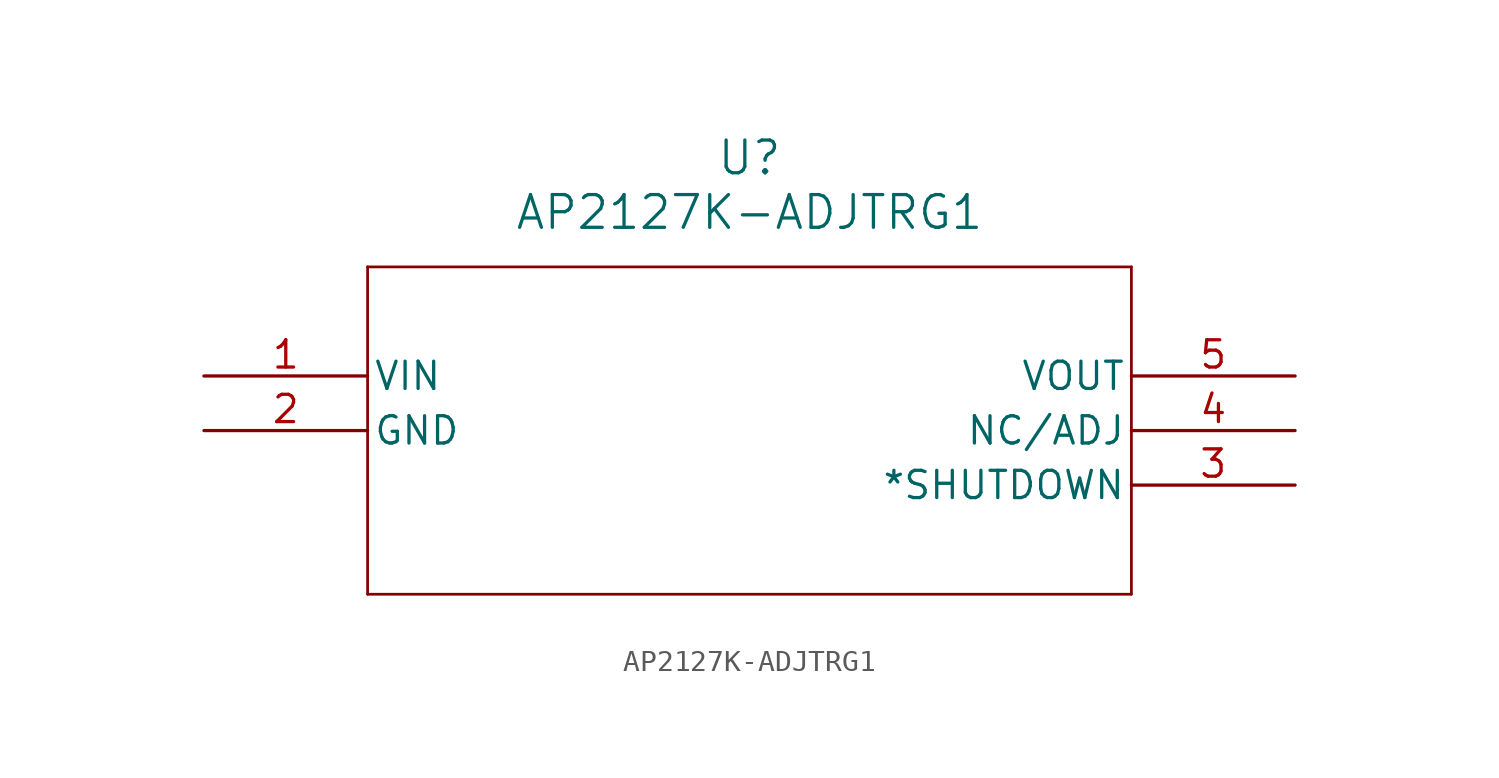
<source format=kicad_sym>
(kicad_symbol_lib
  (version 20211014)
  (generator kicad_symbol_editor)
  (symbol "AP2127K-ADJTRG1"
    (pin_names
      (offset 0.254))
    (property "Reference" "U"
      (at 25.4 10.16 0)
      (effects (font (size 1.524 1.524))))
    (property "Value" "AP2127K-ADJTRG1"
      (at 25.4 7.62 0)
      (effects (font (size 1.524 1.524))))
    (symbol "AP2127K-ADJTRG1_0_1"
      (polyline (pts (xy 7.62 5.08) (xy 7.62 -10.16)) (stroke (width 0.127) (type default) (color 0 0 0 0)) (fill (type none)))
      (polyline (pts (xy 7.62 -10.16) (xy 43.18 -10.16)) (stroke (width 0.127) (type default) (color 0 0 0 0)) (fill (type none)))
      (polyline (pts (xy 43.18 -10.16) (xy 43.18 5.08)) (stroke (width 0.127) (type default) (color 0 0 0 0)) (fill (type none)))
      (polyline (pts (xy 43.18 5.08) (xy 7.62 5.08)) (stroke (width 0.127) (type default) (color 0 0 0 0)) (fill (type none)))
      (pin power_in line (at 0 0 0) (length 7.62) (name "VIN" (effects (font (size 1.27 1.27)))) (number "1" (effects (font (size 1.27 1.27)))))
      (pin power_out line (at 0 -2.54 0) (length 7.62) (name "GND" (effects (font (size 1.27 1.27)))) (number "2" (effects (font (size 1.27 1.27)))))
      (pin input line (at 50.8 -5.08 180) (length 7.62) (name "*SHUTDOWN" (effects (font (size 1.27 1.27)))) (number "3" (effects (font (size 1.27 1.27)))))
      (pin unspecified line (at 50.8 -2.54 180) (length 7.62) (name "NC/ADJ" (effects (font (size 1.27 1.27)))) (number "4" (effects (font (size 1.27 1.27)))))
      (pin output line (at 50.8 0 180) (length 7.62) (name "VOUT" (effects (font (size 1.27 1.27)))) (number "5" (effects (font (size 1.27 1.27))))))))
</source>
